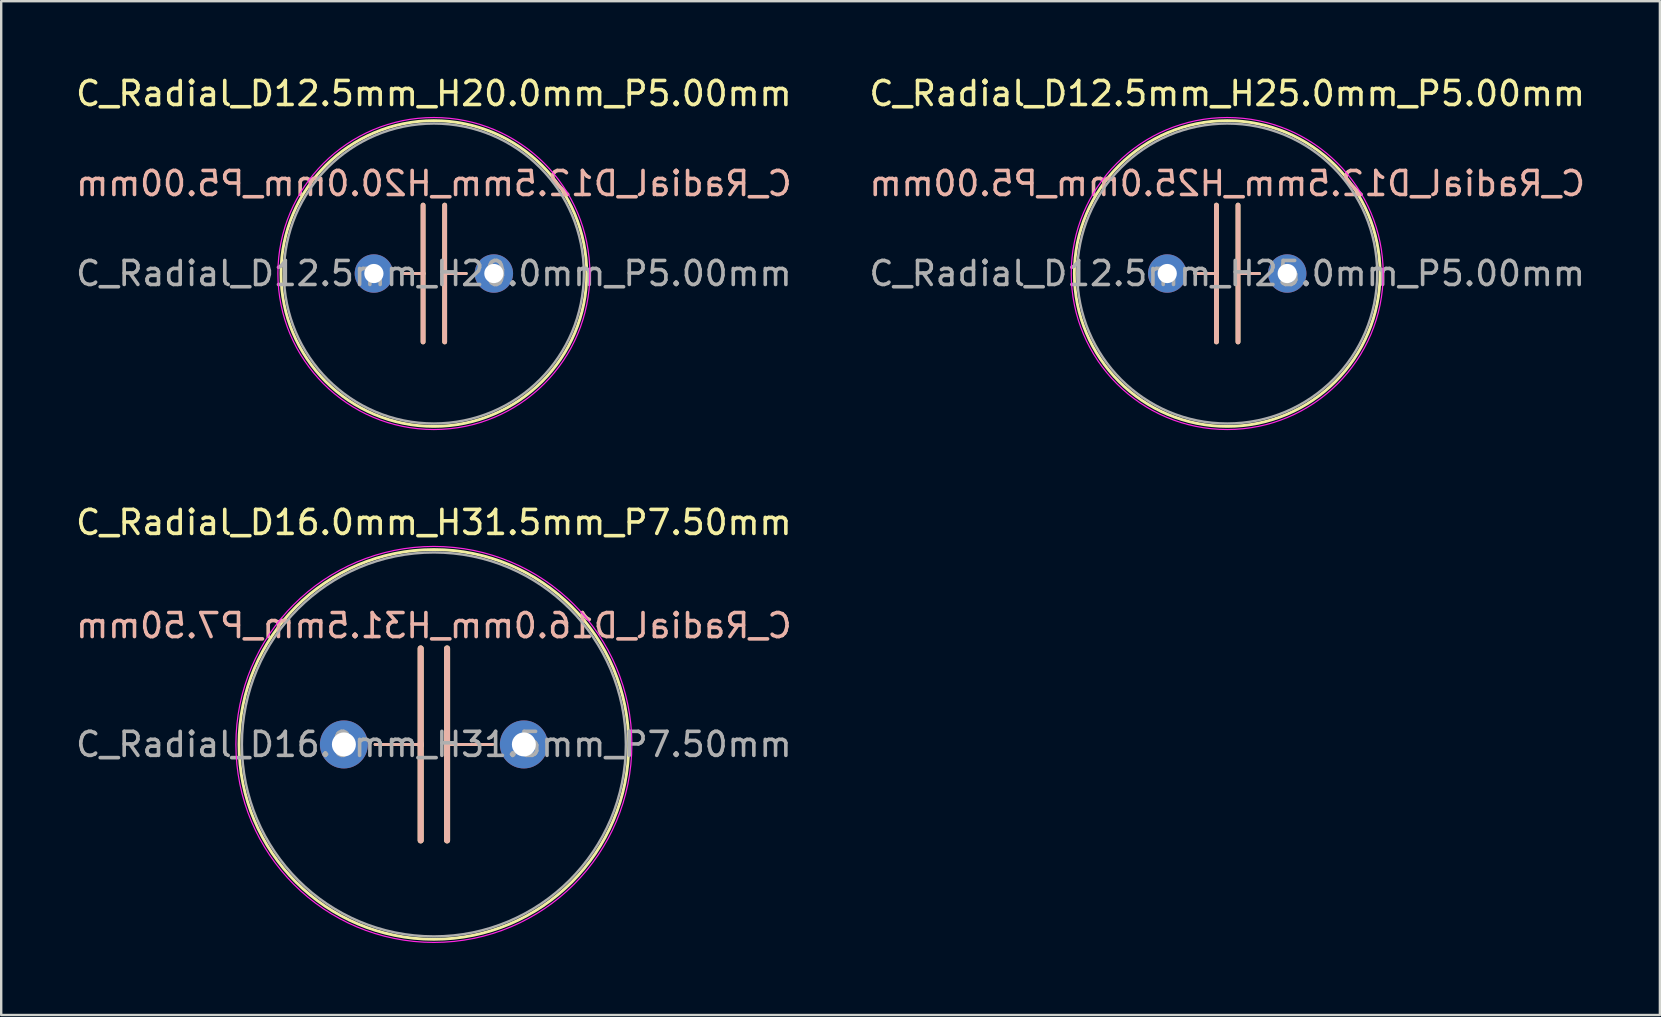
<source format=kicad_pcb>
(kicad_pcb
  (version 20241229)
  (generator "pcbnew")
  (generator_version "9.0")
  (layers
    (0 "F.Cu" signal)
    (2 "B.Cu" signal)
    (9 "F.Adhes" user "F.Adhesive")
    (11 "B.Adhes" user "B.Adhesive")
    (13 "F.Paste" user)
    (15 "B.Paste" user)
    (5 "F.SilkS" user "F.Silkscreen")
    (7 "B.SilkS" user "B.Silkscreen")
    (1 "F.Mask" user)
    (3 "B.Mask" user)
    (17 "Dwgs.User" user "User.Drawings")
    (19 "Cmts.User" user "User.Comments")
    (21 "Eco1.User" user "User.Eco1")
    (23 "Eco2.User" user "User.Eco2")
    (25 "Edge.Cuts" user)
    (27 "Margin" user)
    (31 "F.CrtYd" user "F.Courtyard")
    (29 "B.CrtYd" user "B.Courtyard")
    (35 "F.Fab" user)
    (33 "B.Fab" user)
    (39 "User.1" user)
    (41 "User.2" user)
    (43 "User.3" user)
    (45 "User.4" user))
  (footprint "C_Radial_D16.0mm_H31.5mm_P7.50mm"
    (layer "F.Cu")
    (at 11.28 27.971)
    (property "Reference" "C_Radial_D16.0mm_H31.5mm_P7.50mm" (at 3.75 -9.25 0) (layer "F.SilkS") (effects (font (size 1 1) (thickness 0.15))))
    (fp_line (start 1.3 0) (end 3.2 0) (stroke (width 0.12) (type solid)) (layer "F.SilkS"))
    (fp_line (start 3.2 0.05) (end 3.2 -4) (stroke (width 0.25) (type solid)) (layer "F.SilkS"))
    (fp_line (start 3.2 4) (end 3.2 0) (stroke (width 0.25) (type solid)) (layer "F.SilkS"))
    (fp_line (start 4.3 0) (end 6.2 0) (stroke (width 0.12) (type solid)) (layer "F.SilkS"))
    (fp_line (start 4.3 0.05) (end 4.3 -4) (stroke (width 0.25) (type solid)) (layer "F.SilkS"))
    (fp_line (start 4.3 4) (end 4.3 0) (stroke (width 0.25) (type solid)) (layer "F.SilkS"))
    (fp_circle (center 3.75 0) (end 11.87 0) (stroke (width 0.12) (type solid)) (fill no) (layer "F.SilkS"))
    (fp_line (start 1.3 0) (end 3.2 0) (stroke (width 0.12) (type solid)) (layer "B.SilkS"))
    (fp_line (start 3.2 -4) (end 3.2 0) (stroke (width 0.25) (type solid)) (layer "B.SilkS"))
    (fp_line (start 3.2 -0.05) (end 3.2 4) (stroke (width 0.25) (type solid)) (layer "B.SilkS"))
    (fp_line (start 4.3 -4) (end 4.3 0) (stroke (width 0.25) (type solid)) (layer "B.SilkS"))
    (fp_line (start 4.3 -0.05) (end 4.3 4) (stroke (width 0.25) (type solid)) (layer "B.SilkS"))
    (fp_line (start 4.3 0) (end 6.2 0) (stroke (width 0.12) (type solid)) (layer "B.SilkS"))
    (fp_circle (center 3.75 0) (end 12 0) (stroke (width 0.05) (type solid)) (fill no) (layer "F.CrtYd"))
    (fp_circle (center 3.75 0) (end 11.75 0) (stroke (width 0.1) (type solid)) (fill no) (layer "F.Fab"))
    (fp_text user "${REFERENCE}" (at 3.75 -4.95 0) (layer "B.SilkS") (effects (font (size 1 1) (thickness 0.15)) (justify mirror)))
    (fp_text user "${REFERENCE}" (at 3.75 0 0) (layer "F.Fab") (effects (font (size 1 1) (thickness 0.15))))
    (pad "1" thru_hole circle (at 0 0) (size 2 2) (drill 1) (layers "*.Cu" "*.Mask"))
    (pad "2" thru_hole circle (at 7.5 0) (size 2 2) (drill 1) (layers "*.Cu" "*.Mask")))
  (footprint "C_Radial_D12.5mm_H20.0mm_P5.00mm"
    (layer "F.Cu")
    (at 12.53 8.348)
    (property "Reference" "C_Radial_D12.5mm_H20.0mm_P5.00mm" (at 2.5 -7.5 0) (layer "F.SilkS") (effects (font (size 1 1) (thickness 0.15))))
    (fp_line (start 1.15 0) (end 2.05 0) (stroke (width 0.12) (type solid)) (layer "F.SilkS"))
    (fp_line (start 2.05 0) (end 2.05 -2.85) (stroke (width 0.2) (type solid)) (layer "F.SilkS"))
    (fp_line (start 2.05 2.85) (end 2.05 0) (stroke (width 0.2) (type solid)) (layer "F.SilkS"))
    (fp_line (start 2.95 0) (end 2.95 -2.85) (stroke (width 0.2) (type solid)) (layer "F.SilkS"))
    (fp_line (start 2.95 0) (end 3.85 0) (stroke (width 0.12) (type solid)) (layer "F.SilkS"))
    (fp_line (start 2.95 2.85) (end 2.95 -0.007) (stroke (width 0.2) (type solid)) (layer "F.SilkS"))
    (fp_circle (center 2.5 0) (end 8.87 0) (stroke (width 0.12) (type solid)) (fill no) (layer "F.SilkS"))
    (fp_line (start 1.15 0) (end 2.05 0) (stroke (width 0.12) (type solid)) (layer "B.SilkS"))
    (fp_line (start 2.05 -2.85) (end 2.05 0) (stroke (width 0.2) (type solid)) (layer "B.SilkS"))
    (fp_line (start 2.05 0) (end 2.05 2.85) (stroke (width 0.2) (type solid)) (layer "B.SilkS"))
    (fp_line (start 2.95 -2.85) (end 2.95 0.007) (stroke (width 0.2) (type solid)) (layer "B.SilkS"))
    (fp_line (start 2.95 0) (end 2.95 2.85) (stroke (width 0.2) (type solid)) (layer "B.SilkS"))
    (fp_line (start 2.95 0) (end 3.85 0) (stroke (width 0.12) (type solid)) (layer "B.SilkS"))
    (fp_circle (center 2.5 0) (end 9 0) (stroke (width 0.05) (type solid)) (fill no) (layer "F.CrtYd"))
    (fp_circle (center 2.5 0) (end 8.75 0) (stroke (width 0.1) (type solid)) (fill no) (layer "F.Fab"))
    (fp_text user "${REFERENCE}" (at 2.5 -3.75 0) (layer "B.SilkS") (effects (font (size 1 1) (thickness 0.15)) (justify mirror)))
    (fp_text user "${REFERENCE}" (at 2.5 0 0) (layer "F.Fab") (effects (font (size 1 1) (thickness 0.15))))
    (pad "1" thru_hole circle (at 0 0) (size 1.6 1.6) (drill 0.8) (layers "*.Cu" "*.Mask"))
    (pad "2" thru_hole circle (at 5 0) (size 1.6 1.6) (drill 0.8) (layers "*.Cu" "*.Mask")))
  (footprint "C_Radial_D12.5mm_H25.0mm_P5.00mm"
    (layer "F.Cu")
    (at 45.589 8.348)
    (property "Reference" "C_Radial_D12.5mm_H25.0mm_P5.00mm" (at 2.5 -7.5 0) (layer "F.SilkS") (effects (font (size 1 1) (thickness 0.15))))
    (fp_line (start 1.15 0) (end 2.05 0) (stroke (width 0.12) (type solid)) (layer "F.SilkS"))
    (fp_line (start 2.05 0) (end 2.05 -2.85) (stroke (width 0.2) (type solid)) (layer "F.SilkS"))
    (fp_line (start 2.05 2.85) (end 2.05 0) (stroke (width 0.2) (type solid)) (layer "F.SilkS"))
    (fp_line (start 2.95 0) (end 2.95 -2.85) (stroke (width 0.2) (type solid)) (layer "F.SilkS"))
    (fp_line (start 2.95 0) (end 3.85 0) (stroke (width 0.12) (type solid)) (layer "F.SilkS"))
    (fp_line (start 2.95 2.85) (end 2.95 -0.007) (stroke (width 0.2) (type solid)) (layer "F.SilkS"))
    (fp_circle (center 2.5 0) (end 8.87 0) (stroke (width 0.12) (type solid)) (fill no) (layer "F.SilkS"))
    (fp_line (start 1.15 0) (end 2.05 0) (stroke (width 0.12) (type solid)) (layer "B.SilkS"))
    (fp_line (start 2.05 -2.85) (end 2.05 0) (stroke (width 0.2) (type solid)) (layer "B.SilkS"))
    (fp_line (start 2.05 0) (end 2.05 2.85) (stroke (width 0.2) (type solid)) (layer "B.SilkS"))
    (fp_line (start 2.95 -2.85) (end 2.95 0.007) (stroke (width 0.2) (type solid)) (layer "B.SilkS"))
    (fp_line (start 2.95 0) (end 2.95 2.85) (stroke (width 0.2) (type solid)) (layer "B.SilkS"))
    (fp_line (start 2.95 0) (end 3.85 0) (stroke (width 0.12) (type solid)) (layer "B.SilkS"))
    (fp_circle (center 2.5 0) (end 9 0) (stroke (width 0.05) (type solid)) (fill no) (layer "F.CrtYd"))
    (fp_circle (center 2.5 0) (end 8.75 0) (stroke (width 0.1) (type solid)) (fill no) (layer "F.Fab"))
    (fp_text user "${REFERENCE}" (at 2.5 -3.75 0) (layer "B.SilkS") (effects (font (size 1 1) (thickness 0.15)) (justify mirror)))
    (fp_text user "${REFERENCE}" (at 2.5 0 0) (layer "F.Fab") (effects (font (size 1 1) (thickness 0.15))))
    (pad "1" thru_hole circle (at 0 0) (size 1.6 1.6) (drill 0.8) (layers "*.Cu" "*.Mask"))
    (pad "2" thru_hole circle (at 5 0) (size 1.6 1.6) (drill 0.8) (layers "*.Cu" "*.Mask")))
  (gr_rect
    (start -3 -3)
    (end 66.119 39.246)
    (stroke (width 0.1) (type default))
    (fill no)
    (layer "Edge.Cuts")))
</source>
